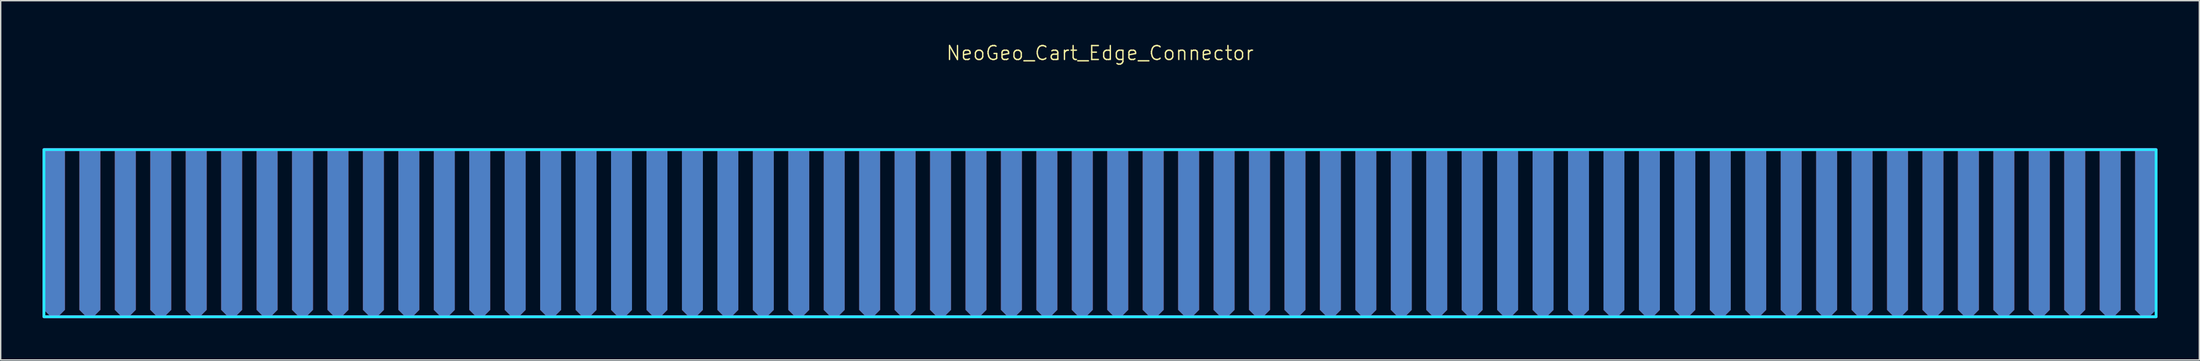
<source format=kicad_pcb>
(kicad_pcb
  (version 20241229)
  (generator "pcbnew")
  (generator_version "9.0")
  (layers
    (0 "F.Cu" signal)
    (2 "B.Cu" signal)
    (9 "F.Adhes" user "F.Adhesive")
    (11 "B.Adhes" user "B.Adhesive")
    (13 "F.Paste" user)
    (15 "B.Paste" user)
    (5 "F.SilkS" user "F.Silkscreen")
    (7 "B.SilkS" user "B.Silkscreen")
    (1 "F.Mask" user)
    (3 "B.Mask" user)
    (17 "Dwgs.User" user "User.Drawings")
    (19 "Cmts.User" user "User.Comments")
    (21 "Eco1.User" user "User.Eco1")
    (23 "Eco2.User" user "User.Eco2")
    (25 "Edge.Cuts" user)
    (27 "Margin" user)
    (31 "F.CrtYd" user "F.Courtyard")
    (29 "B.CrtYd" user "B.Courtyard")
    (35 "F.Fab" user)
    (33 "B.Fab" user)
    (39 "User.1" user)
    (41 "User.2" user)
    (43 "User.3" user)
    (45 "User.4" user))
  (footprint "NeoGeo_Cart_Edge_Connector"
    (layer "F.Cu")
    (at 75.78 13.691)
    (property "Reference" "NeoGeo_Cart_Edge_Connector" (at 0 -12.93 0) (unlocked yes) (layer "F.SilkS") (effects (font (size 1 1) (thickness 0.1))))
    (attr smd)
    (fp_rect (start -75.68 -6) (end 75.68 6) (stroke (width 0.2) (type solid)) (fill no) (layer "B.CrtYd"))
    (fp_rect (start -75.68 -6) (end 75.68 6) (stroke (width 0.2) (type solid)) (fill no) (layer "F.CrtYd"))
    (pad "1" smd roundrect (at -74.93 0) (size 1.5 12) (layers "F.Cu" "F.Mask") (roundrect_rratio 0) (chamfer_ratio 0.33) (chamfer bottom_left bottom_right))
    (pad "2" smd roundrect (at -72.39 0) (size 1.5 12) (layers "F.Cu" "F.Mask") (roundrect_rratio 0) (chamfer_ratio 0.33) (chamfer bottom_left bottom_right))
    (pad "3" smd roundrect (at -69.85 0) (size 1.5 12) (layers "F.Cu" "F.Mask") (roundrect_rratio 0) (chamfer_ratio 0.33) (chamfer bottom_left bottom_right))
    (pad "4" smd roundrect (at -67.31 0) (size 1.5 12) (layers "F.Cu" "F.Mask") (roundrect_rratio 0) (chamfer_ratio 0.33) (chamfer bottom_left bottom_right))
    (pad "5" smd roundrect (at -64.77 0) (size 1.5 12) (layers "F.Cu" "F.Mask") (roundrect_rratio 0) (chamfer_ratio 0.33) (chamfer bottom_left bottom_right))
    (pad "6" smd roundrect (at -62.23 0) (size 1.5 12) (layers "F.Cu" "F.Mask") (roundrect_rratio 0) (chamfer_ratio 0.33) (chamfer bottom_left bottom_right))
    (pad "7" smd roundrect (at -59.69 0) (size 1.5 12) (layers "F.Cu" "F.Mask") (roundrect_rratio 0) (chamfer_ratio 0.33) (chamfer bottom_left bottom_right))
    (pad "8" smd roundrect (at -57.15 0) (size 1.5 12) (layers "F.Cu" "F.Mask") (roundrect_rratio 0) (chamfer_ratio 0.33) (chamfer bottom_left bottom_right))
    (pad "9" smd roundrect (at -54.61 0) (size 1.5 12) (layers "F.Cu" "F.Mask") (roundrect_rratio 0) (chamfer_ratio 0.33) (chamfer bottom_left bottom_right))
    (pad "10" smd roundrect (at -52.07 0) (size 1.5 12) (layers "F.Cu" "F.Mask") (roundrect_rratio 0) (chamfer_ratio 0.33) (chamfer bottom_left bottom_right))
    (pad "11" smd roundrect (at -49.53 0) (size 1.5 12) (layers "F.Cu" "F.Mask") (roundrect_rratio 0) (chamfer_ratio 0.33) (chamfer bottom_left bottom_right))
    (pad "12" smd roundrect (at -46.99 0) (size 1.5 12) (layers "F.Cu" "F.Mask") (roundrect_rratio 0) (chamfer_ratio 0.33) (chamfer bottom_left bottom_right))
    (pad "13" smd roundrect (at -44.45 0) (size 1.5 12) (layers "F.Cu" "F.Mask") (roundrect_rratio 0) (chamfer_ratio 0.33) (chamfer bottom_left bottom_right))
    (pad "14" smd roundrect (at -41.91 0) (size 1.5 12) (layers "F.Cu" "F.Mask") (roundrect_rratio 0) (chamfer_ratio 0.33) (chamfer bottom_left bottom_right))
    (pad "15" smd roundrect (at -39.37 0) (size 1.5 12) (layers "F.Cu" "F.Mask") (roundrect_rratio 0) (chamfer_ratio 0.33) (chamfer bottom_left bottom_right))
    (pad "16" smd roundrect (at -36.83 0) (size 1.5 12) (layers "F.Cu" "F.Mask") (roundrect_rratio 0) (chamfer_ratio 0.33) (chamfer bottom_left bottom_right))
    (pad "17" smd roundrect (at -34.29 0) (size 1.5 12) (layers "F.Cu" "F.Mask") (roundrect_rratio 0) (chamfer_ratio 0.33) (chamfer bottom_left bottom_right))
    (pad "18" smd roundrect (at -31.75 0) (size 1.5 12) (layers "F.Cu" "F.Mask") (roundrect_rratio 0) (chamfer_ratio 0.33) (chamfer bottom_left bottom_right))
    (pad "19" smd roundrect (at -29.21 0) (size 1.5 12) (layers "F.Cu" "F.Mask") (roundrect_rratio 0) (chamfer_ratio 0.33) (chamfer bottom_left bottom_right))
    (pad "20" smd roundrect (at -26.67 0) (size 1.5 12) (layers "F.Cu" "F.Mask") (roundrect_rratio 0) (chamfer_ratio 0.33) (chamfer bottom_left bottom_right))
    (pad "21" smd roundrect (at -24.13 0) (size 1.5 12) (layers "F.Cu" "F.Mask") (roundrect_rratio 0) (chamfer_ratio 0.33) (chamfer bottom_left bottom_right))
    (pad "22" smd roundrect (at -21.59 0) (size 1.5 12) (layers "F.Cu" "F.Mask") (roundrect_rratio 0) (chamfer_ratio 0.33) (chamfer bottom_left bottom_right))
    (pad "23" smd roundrect (at -19.05 0) (size 1.5 12) (layers "F.Cu" "F.Mask") (roundrect_rratio 0) (chamfer_ratio 0.33) (chamfer bottom_left bottom_right))
    (pad "24" smd roundrect (at -16.51 0) (size 1.5 12) (layers "F.Cu" "F.Mask") (roundrect_rratio 0) (chamfer_ratio 0.33) (chamfer bottom_left bottom_right))
    (pad "25" smd roundrect (at -13.97 0) (size 1.5 12) (layers "F.Cu" "F.Mask") (roundrect_rratio 0) (chamfer_ratio 0.33) (chamfer bottom_left bottom_right))
    (pad "26" smd roundrect (at -11.43 0) (size 1.5 12) (layers "F.Cu" "F.Mask") (roundrect_rratio 0) (chamfer_ratio 0.33) (chamfer bottom_left bottom_right))
    (pad "27" smd roundrect (at -8.89 0) (size 1.5 12) (layers "F.Cu" "F.Mask") (roundrect_rratio 0) (chamfer_ratio 0.33) (chamfer bottom_left bottom_right))
    (pad "28" smd roundrect (at -6.35 0) (size 1.5 12) (layers "F.Cu" "F.Mask") (roundrect_rratio 0) (chamfer_ratio 0.33) (chamfer bottom_left bottom_right))
    (pad "29" smd roundrect (at -3.81 0) (size 1.5 12) (layers "F.Cu" "F.Mask") (roundrect_rratio 0) (chamfer_ratio 0.33) (chamfer bottom_left bottom_right))
    (pad "30" smd roundrect (at -1.27 0) (size 1.5 12) (layers "F.Cu" "F.Mask") (roundrect_rratio 0) (chamfer_ratio 0.33) (chamfer bottom_left bottom_right))
    (pad "31" smd roundrect (at 1.27 0) (size 1.5 12) (layers "F.Cu" "F.Mask") (roundrect_rratio 0) (chamfer_ratio 0.33) (chamfer bottom_left bottom_right))
    (pad "32" smd roundrect (at 3.81 0) (size 1.5 12) (layers "F.Cu" "F.Mask") (roundrect_rratio 0) (chamfer_ratio 0.33) (chamfer bottom_left bottom_right))
    (pad "33" smd roundrect (at 6.35 0) (size 1.5 12) (layers "F.Cu" "F.Mask") (roundrect_rratio 0) (chamfer_ratio 0.33) (chamfer bottom_left bottom_right))
    (pad "34" smd roundrect (at 8.89 0) (size 1.5 12) (layers "F.Cu" "F.Mask") (roundrect_rratio 0) (chamfer_ratio 0.33) (chamfer bottom_left bottom_right))
    (pad "35" smd roundrect (at 11.43 0) (size 1.5 12) (layers "F.Cu" "F.Mask") (roundrect_rratio 0) (chamfer_ratio 0.33) (chamfer bottom_left bottom_right))
    (pad "36" smd roundrect (at 13.97 0) (size 1.5 12) (layers "F.Cu" "F.Mask") (roundrect_rratio 0) (chamfer_ratio 0.33) (chamfer bottom_left bottom_right))
    (pad "37" smd roundrect (at 16.51 0) (size 1.5 12) (layers "F.Cu" "F.Mask") (roundrect_rratio 0) (chamfer_ratio 0.33) (chamfer bottom_left bottom_right))
    (pad "38" smd roundrect (at 19.05 0) (size 1.5 12) (layers "F.Cu" "F.Mask") (roundrect_rratio 0) (chamfer_ratio 0.33) (chamfer bottom_left bottom_right))
    (pad "39" smd roundrect (at 21.59 0) (size 1.5 12) (layers "F.Cu" "F.Mask") (roundrect_rratio 0) (chamfer_ratio 0.33) (chamfer bottom_left bottom_right))
    (pad "40" smd roundrect (at 24.13 0) (size 1.5 12) (layers "F.Cu" "F.Mask") (roundrect_rratio 0) (chamfer_ratio 0.33) (chamfer bottom_left bottom_right))
    (pad "41" smd roundrect (at 26.67 0) (size 1.5 12) (layers "F.Cu" "F.Mask") (roundrect_rratio 0) (chamfer_ratio 0.33) (chamfer bottom_left bottom_right))
    (pad "42" smd roundrect (at 29.21 0) (size 1.5 12) (layers "F.Cu" "F.Mask") (roundrect_rratio 0) (chamfer_ratio 0.33) (chamfer bottom_left bottom_right))
    (pad "43" smd roundrect (at 31.75 0) (size 1.5 12) (layers "F.Cu" "F.Mask") (roundrect_rratio 0) (chamfer_ratio 0.33) (chamfer bottom_left bottom_right))
    (pad "44" smd roundrect (at 34.29 0) (size 1.5 12) (layers "F.Cu" "F.Mask") (roundrect_rratio 0) (chamfer_ratio 0.33) (chamfer bottom_left bottom_right))
    (pad "45" smd roundrect (at 36.83 0) (size 1.5 12) (layers "F.Cu" "F.Mask") (roundrect_rratio 0) (chamfer_ratio 0.33) (chamfer bottom_left bottom_right))
    (pad "46" smd roundrect (at 39.37 0) (size 1.5 12) (layers "F.Cu" "F.Mask") (roundrect_rratio 0) (chamfer_ratio 0.33) (chamfer bottom_left bottom_right))
    (pad "47" smd roundrect (at 41.91 0) (size 1.5 12) (layers "F.Cu" "F.Mask") (roundrect_rratio 0) (chamfer_ratio 0.33) (chamfer bottom_left bottom_right))
    (pad "48" smd roundrect (at 44.45 0) (size 1.5 12) (layers "F.Cu" "F.Mask") (roundrect_rratio 0) (chamfer_ratio 0.33) (chamfer bottom_left bottom_right))
    (pad "49" smd roundrect (at 46.99 0) (size 1.5 12) (layers "F.Cu" "F.Mask") (roundrect_rratio 0) (chamfer_ratio 0.33) (chamfer bottom_left bottom_right))
    (pad "50" smd roundrect (at 49.53 0) (size 1.5 12) (layers "F.Cu" "F.Mask") (roundrect_rratio 0) (chamfer_ratio 0.33) (chamfer bottom_left bottom_right))
    (pad "51" smd roundrect (at 52.07 0) (size 1.5 12) (layers "F.Cu" "F.Mask") (roundrect_rratio 0) (chamfer_ratio 0.33) (chamfer bottom_left bottom_right))
    (pad "52" smd roundrect (at 54.61 0) (size 1.5 12) (layers "F.Cu" "F.Mask") (roundrect_rratio 0) (chamfer_ratio 0.33) (chamfer bottom_left bottom_right))
    (pad "53" smd roundrect (at 57.15 0) (size 1.5 12) (layers "F.Cu" "F.Mask") (roundrect_rratio 0) (chamfer_ratio 0.33) (chamfer bottom_left bottom_right))
    (pad "54" smd roundrect (at 59.69 0) (size 1.5 12) (layers "F.Cu" "F.Mask") (roundrect_rratio 0) (chamfer_ratio 0.33) (chamfer bottom_left bottom_right))
    (pad "55" smd roundrect (at 62.23 0) (size 1.5 12) (layers "F.Cu" "F.Mask") (roundrect_rratio 0) (chamfer_ratio 0.33) (chamfer bottom_left bottom_right))
    (pad "56" smd roundrect (at 64.77 0) (size 1.5 12) (layers "F.Cu" "F.Mask") (roundrect_rratio 0) (chamfer_ratio 0.33) (chamfer bottom_left bottom_right))
    (pad "57" smd roundrect (at 67.31 0) (size 1.5 12) (layers "F.Cu" "F.Mask") (roundrect_rratio 0) (chamfer_ratio 0.33) (chamfer bottom_left bottom_right))
    (pad "58" smd roundrect (at 69.85 0) (size 1.5 12) (layers "F.Cu" "F.Mask") (roundrect_rratio 0) (chamfer_ratio 0.33) (chamfer bottom_left bottom_right))
    (pad "59" smd roundrect (at 72.39 0) (size 1.5 12) (layers "F.Cu" "F.Mask") (roundrect_rratio 0) (chamfer_ratio 0.33) (chamfer bottom_left bottom_right))
    (pad "60" smd roundrect (at 74.93 0) (size 1.5 12) (layers "F.Cu" "F.Mask") (roundrect_rratio 0) (chamfer_ratio 0.33) (chamfer bottom_left bottom_right))
    (pad "61" smd roundrect (at -74.93 0) (size 1.5 12) (layers "B.Cu" "B.Mask") (roundrect_rratio 0) (chamfer_ratio 0.33) (chamfer bottom_left bottom_right))
    (pad "62" smd roundrect (at -72.39 0) (size 1.5 12) (layers "B.Cu" "B.Mask") (roundrect_rratio 0) (chamfer_ratio 0.33) (chamfer bottom_left bottom_right))
    (pad "63" smd roundrect (at -69.85 0) (size 1.5 12) (layers "B.Cu" "B.Mask") (roundrect_rratio 0) (chamfer_ratio 0.33) (chamfer bottom_left bottom_right))
    (pad "64" smd roundrect (at -67.31 0) (size 1.5 12) (layers "B.Cu" "B.Mask") (roundrect_rratio 0) (chamfer_ratio 0.33) (chamfer bottom_left bottom_right))
    (pad "65" smd roundrect (at -64.77 0) (size 1.5 12) (layers "B.Cu" "B.Mask") (roundrect_rratio 0) (chamfer_ratio 0.33) (chamfer bottom_left bottom_right))
    (pad "66" smd roundrect (at -62.23 0) (size 1.5 12) (layers "B.Cu" "B.Mask") (roundrect_rratio 0) (chamfer_ratio 0.33) (chamfer bottom_left bottom_right))
    (pad "67" smd roundrect (at -59.69 0) (size 1.5 12) (layers "B.Cu" "B.Mask") (roundrect_rratio 0) (chamfer_ratio 0.33) (chamfer bottom_left bottom_right))
    (pad "68" smd roundrect (at -57.15 0) (size 1.5 12) (layers "B.Cu" "B.Mask") (roundrect_rratio 0) (chamfer_ratio 0.33) (chamfer bottom_left bottom_right))
    (pad "69" smd roundrect (at -54.61 0) (size 1.5 12) (layers "B.Cu" "B.Mask") (roundrect_rratio 0) (chamfer_ratio 0.33) (chamfer bottom_left bottom_right))
    (pad "70" smd roundrect (at -52.07 0) (size 1.5 12) (layers "B.Cu" "B.Mask") (roundrect_rratio 0) (chamfer_ratio 0.33) (chamfer bottom_left bottom_right))
    (pad "71" smd roundrect (at -49.53 0) (size 1.5 12) (layers "B.Cu" "B.Mask") (roundrect_rratio 0) (chamfer_ratio 0.33) (chamfer bottom_left bottom_right))
    (pad "72" smd roundrect (at -46.99 0) (size 1.5 12) (layers "B.Cu" "B.Mask") (roundrect_rratio 0) (chamfer_ratio 0.33) (chamfer bottom_left bottom_right))
    (pad "73" smd roundrect (at -44.45 0) (size 1.5 12) (layers "B.Cu" "B.Mask") (roundrect_rratio 0) (chamfer_ratio 0.33) (chamfer bottom_left bottom_right))
    (pad "74" smd roundrect (at -41.91 0) (size 1.5 12) (layers "B.Cu" "B.Mask") (roundrect_rratio 0) (chamfer_ratio 0.33) (chamfer bottom_left bottom_right))
    (pad "75" smd roundrect (at -39.37 0) (size 1.5 12) (layers "B.Cu" "B.Mask") (roundrect_rratio 0) (chamfer_ratio 0.33) (chamfer bottom_left bottom_right))
    (pad "76" smd roundrect (at -36.83 0) (size 1.5 12) (layers "B.Cu" "B.Mask") (roundrect_rratio 0) (chamfer_ratio 0.33) (chamfer bottom_left bottom_right))
    (pad "77" smd roundrect (at -34.29 0) (size 1.5 12) (layers "B.Cu" "B.Mask") (roundrect_rratio 0) (chamfer_ratio 0.33) (chamfer bottom_left bottom_right))
    (pad "78" smd roundrect (at -31.75 0) (size 1.5 12) (layers "B.Cu" "B.Mask") (roundrect_rratio 0) (chamfer_ratio 0.33) (chamfer bottom_left bottom_right))
    (pad "79" smd roundrect (at -29.21 0) (size 1.5 12) (layers "B.Cu" "B.Mask") (roundrect_rratio 0) (chamfer_ratio 0.33) (chamfer bottom_left bottom_right))
    (pad "80" smd roundrect (at -26.67 0) (size 1.5 12) (layers "B.Cu" "B.Mask") (roundrect_rratio 0) (chamfer_ratio 0.33) (chamfer bottom_left bottom_right))
    (pad "81" smd roundrect (at -24.13 0) (size 1.5 12) (layers "B.Cu" "B.Mask") (roundrect_rratio 0) (chamfer_ratio 0.33) (chamfer bottom_left bottom_right))
    (pad "82" smd roundrect (at -21.59 0) (size 1.5 12) (layers "B.Cu" "B.Mask") (roundrect_rratio 0) (chamfer_ratio 0.33) (chamfer bottom_left bottom_right))
    (pad "83" smd roundrect (at -19.05 0) (size 1.5 12) (layers "B.Cu" "B.Mask") (roundrect_rratio 0) (chamfer_ratio 0.33) (chamfer bottom_left bottom_right))
    (pad "84" smd roundrect (at -16.51 0) (size 1.5 12) (layers "B.Cu" "B.Mask") (roundrect_rratio 0) (chamfer_ratio 0.33) (chamfer bottom_left bottom_right))
    (pad "85" smd roundrect (at -13.97 0) (size 1.5 12) (layers "B.Cu" "B.Mask") (roundrect_rratio 0) (chamfer_ratio 0.33) (chamfer bottom_left bottom_right))
    (pad "86" smd roundrect (at -11.43 0) (size 1.5 12) (layers "B.Cu" "B.Mask") (roundrect_rratio 0) (chamfer_ratio 0.33) (chamfer bottom_left bottom_right))
    (pad "87" smd roundrect (at -8.89 0) (size 1.5 12) (layers "B.Cu" "B.Mask") (roundrect_rratio 0) (chamfer_ratio 0.33) (chamfer bottom_left bottom_right))
    (pad "88" smd roundrect (at -6.35 0) (size 1.5 12) (layers "B.Cu" "B.Mask") (roundrect_rratio 0) (chamfer_ratio 0.33) (chamfer bottom_left bottom_right))
    (pad "89" smd roundrect (at -3.81 0) (size 1.5 12) (layers "B.Cu" "B.Mask") (roundrect_rratio 0) (chamfer_ratio 0.33) (chamfer bottom_left bottom_right))
    (pad "90" smd roundrect (at -1.27 0) (size 1.5 12) (layers "B.Cu" "B.Mask") (roundrect_rratio 0) (chamfer_ratio 0.33) (chamfer bottom_left bottom_right))
    (pad "91" smd roundrect (at 1.27 0) (size 1.5 12) (layers "B.Cu" "B.Mask") (roundrect_rratio 0) (chamfer_ratio 0.33) (chamfer bottom_left bottom_right))
    (pad "92" smd roundrect (at 3.81 0) (size 1.5 12) (layers "B.Cu" "B.Mask") (roundrect_rratio 0) (chamfer_ratio 0.33) (chamfer bottom_left bottom_right))
    (pad "93" smd roundrect (at 6.35 0) (size 1.5 12) (layers "B.Cu" "B.Mask") (roundrect_rratio 0) (chamfer_ratio 0.33) (chamfer bottom_left bottom_right))
    (pad "94" smd roundrect (at 8.89 0) (size 1.5 12) (layers "B.Cu" "B.Mask") (roundrect_rratio 0) (chamfer_ratio 0.33) (chamfer bottom_left bottom_right))
    (pad "95" smd roundrect (at 11.43 0) (size 1.5 12) (layers "B.Cu" "B.Mask") (roundrect_rratio 0) (chamfer_ratio 0.33) (chamfer bottom_left bottom_right))
    (pad "96" smd roundrect (at 13.97 0) (size 1.5 12) (layers "B.Cu" "B.Mask") (roundrect_rratio 0) (chamfer_ratio 0.33) (chamfer bottom_left bottom_right))
    (pad "97" smd roundrect (at 16.51 0) (size 1.5 12) (layers "B.Cu" "B.Mask") (roundrect_rratio 0) (chamfer_ratio 0.33) (chamfer bottom_left bottom_right))
    (pad "98" smd roundrect (at 19.05 0) (size 1.5 12) (layers "B.Cu" "B.Mask") (roundrect_rratio 0) (chamfer_ratio 0.33) (chamfer bottom_left bottom_right))
    (pad "99" smd roundrect (at 21.59 0) (size 1.5 12) (layers "B.Cu" "B.Mask") (roundrect_rratio 0) (chamfer_ratio 0.33) (chamfer bottom_left bottom_right))
    (pad "100" smd roundrect (at 24.13 0) (size 1.5 12) (layers "B.Cu" "B.Mask") (roundrect_rratio 0) (chamfer_ratio 0.33) (chamfer bottom_left bottom_right))
    (pad "101" smd roundrect (at 26.67 0) (size 1.5 12) (layers "B.Cu" "B.Mask") (roundrect_rratio 0) (chamfer_ratio 0.33) (chamfer bottom_left bottom_right))
    (pad "102" smd roundrect (at 29.21 0) (size 1.5 12) (layers "B.Cu" "B.Mask") (roundrect_rratio 0) (chamfer_ratio 0.33) (chamfer bottom_left bottom_right))
    (pad "103" smd roundrect (at 31.75 0) (size 1.5 12) (layers "B.Cu" "B.Mask") (roundrect_rratio 0) (chamfer_ratio 0.33) (chamfer bottom_left bottom_right))
    (pad "104" smd roundrect (at 34.29 0) (size 1.5 12) (layers "B.Cu" "B.Mask") (roundrect_rratio 0) (chamfer_ratio 0.33) (chamfer bottom_left bottom_right))
    (pad "105" smd roundrect (at 36.83 0) (size 1.5 12) (layers "B.Cu" "B.Mask") (roundrect_rratio 0) (chamfer_ratio 0.33) (chamfer bottom_left bottom_right))
    (pad "106" smd roundrect (at 39.37 0) (size 1.5 12) (layers "B.Cu" "B.Mask") (roundrect_rratio 0) (chamfer_ratio 0.33) (chamfer bottom_left bottom_right))
    (pad "107" smd roundrect (at 41.91 0) (size 1.5 12) (layers "B.Cu" "B.Mask") (roundrect_rratio 0) (chamfer_ratio 0.33) (chamfer bottom_left bottom_right))
    (pad "108" smd roundrect (at 44.45 0) (size 1.5 12) (layers "B.Cu" "B.Mask") (roundrect_rratio 0) (chamfer_ratio 0.33) (chamfer bottom_left bottom_right))
    (pad "109" smd roundrect (at 46.99 0) (size 1.5 12) (layers "B.Cu" "B.Mask") (roundrect_rratio 0) (chamfer_ratio 0.33) (chamfer bottom_left bottom_right))
    (pad "110" smd roundrect (at 49.53 0) (size 1.5 12) (layers "B.Cu" "B.Mask") (roundrect_rratio 0) (chamfer_ratio 0.33) (chamfer bottom_left bottom_right))
    (pad "111" smd roundrect (at 52.07 0) (size 1.5 12) (layers "B.Cu" "B.Mask") (roundrect_rratio 0) (chamfer_ratio 0.33) (chamfer bottom_left bottom_right))
    (pad "112" smd roundrect (at 54.61 0) (size 1.5 12) (layers "B.Cu" "B.Mask") (roundrect_rratio 0) (chamfer_ratio 0.33) (chamfer bottom_left bottom_right))
    (pad "113" smd roundrect (at 57.15 0) (size 1.5 12) (layers "B.Cu" "B.Mask") (roundrect_rratio 0) (chamfer_ratio 0.33) (chamfer bottom_left bottom_right))
    (pad "114" smd roundrect (at 59.69 0) (size 1.5 12) (layers "B.Cu" "B.Mask") (roundrect_rratio 0) (chamfer_ratio 0.33) (chamfer bottom_left bottom_right))
    (pad "115" smd roundrect (at 62.23 0) (size 1.5 12) (layers "B.Cu" "B.Mask") (roundrect_rratio 0) (chamfer_ratio 0.33) (chamfer bottom_left bottom_right))
    (pad "116" smd roundrect (at 64.77 0) (size 1.5 12) (layers "B.Cu" "B.Mask") (roundrect_rratio 0) (chamfer_ratio 0.33) (chamfer bottom_left bottom_right))
    (pad "117" smd roundrect (at 67.31 0) (size 1.5 12) (layers "B.Cu" "B.Mask") (roundrect_rratio 0) (chamfer_ratio 0.33) (chamfer bottom_left bottom_right))
    (pad "118" smd roundrect (at 69.85 0) (size 1.5 12) (layers "B.Cu" "B.Mask") (roundrect_rratio 0) (chamfer_ratio 0.33) (chamfer bottom_left bottom_right))
    (pad "119" smd roundrect (at 72.39 0) (size 1.5 12) (layers "B.Cu" "B.Mask") (roundrect_rratio 0) (chamfer_ratio 0.33) (chamfer bottom_left bottom_right))
    (pad "120" smd roundrect (at 74.93 0) (size 1.5 12) (layers "B.Cu" "B.Mask") (roundrect_rratio 0) (chamfer_ratio 0.33) (chamfer bottom_left bottom_right)))
  (gr_rect
    (start -3 -3)
    (end 154.56 22.791)
    (stroke (width 0.1) (type default))
    (fill no)
    (layer "Edge.Cuts")))
</source>
